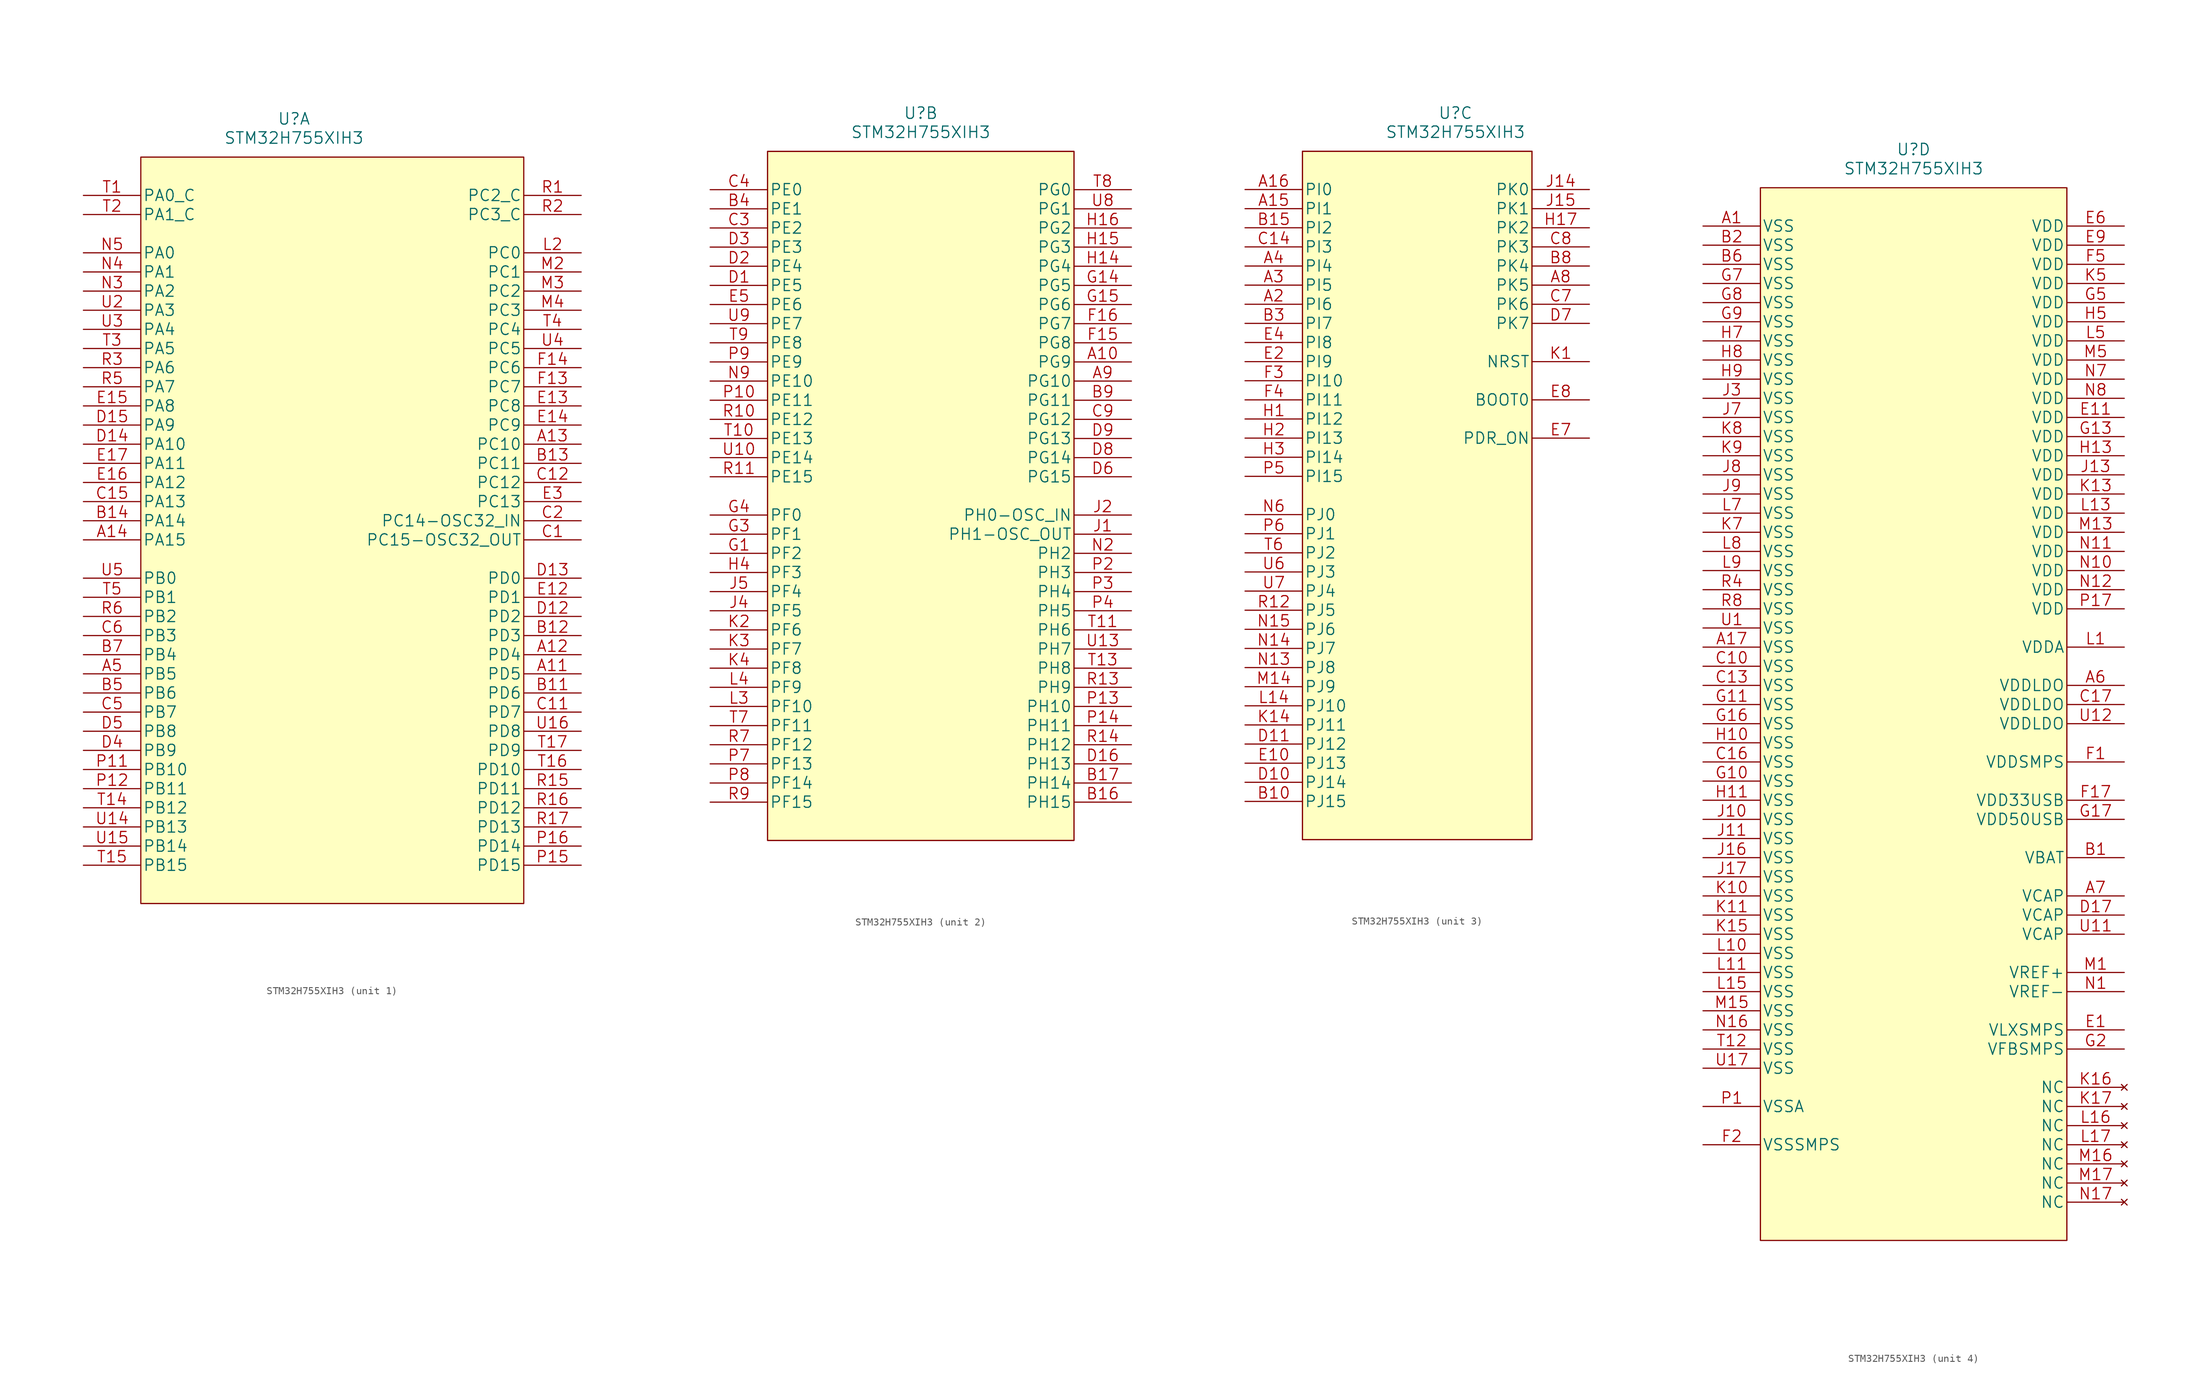
<source format=kicad_sym>
(kicad_symbol_lib
  (version 20211014)
  (generator kicad_symbol_editor)
  (symbol "STM32H755XIH3"
    (pin_names
      (offset 0.254))
    (property "Reference" "U"
      (at 27.94 10.16 0)
      (effects (font (size 1.524 1.524))))
    (property "Value" "STM32H755XIH3"
      (at 27.94 7.62 0)
      (effects (font (size 1.524 1.524))))
    (property "Datasheet" ""
      (at 0 0 0)
      (effects (font (size 1.524 1.524))))
    (symbol "STM32H755XIH3_1_1"
      (polyline (pts (xy 7.62 -93.98) (xy 58.42 -93.98)) (stroke (width 0.127) (type default) (color 0 0 0 0)) (fill (type none)))
      (polyline (pts (xy 7.62 5.08) (xy 7.62 -93.98)) (stroke (width 0.127) (type default) (color 0 0 0 0)) (fill (type none)))
      (polyline (pts (xy 58.42 -93.98) (xy 58.42 5.08)) (stroke (width 0.127) (type default) (color 0 0 0 0)) (fill (type none)))
      (polyline (pts (xy 58.42 5.08) (xy 7.62 5.08)) (stroke (width 0.127) (type default) (color 0 0 0 0)) (fill (type none)))
      (rectangle (start 7.62 5.08) (end 58.42 -93.98) (stroke (width 0.152) (type default) (color 0 0 0 0)) (fill (type background)))
      (pin bidirectional line (at 66.04 -63.5 180) (length 7.62) (name "PD5" (effects (font (size 1.499 1.499)))) (number "A11" (effects (font (size 1.499 1.499)))))
      (pin bidirectional line (at 66.04 -60.96 180) (length 7.62) (name "PD4" (effects (font (size 1.499 1.499)))) (number "A12" (effects (font (size 1.499 1.499)))))
      (pin bidirectional line (at 66.04 -33.02 180) (length 7.62) (name "PC10" (effects (font (size 1.499 1.499)))) (number "A13" (effects (font (size 1.499 1.499)))))
      (pin bidirectional line (at 0 -45.72 0) (length 7.62) (name "PA15" (effects (font (size 1.499 1.499)))) (number "A14" (effects (font (size 1.499 1.499)))))
      (pin bidirectional line (at 0 -63.5 0) (length 7.62) (name "PB5" (effects (font (size 1.499 1.499)))) (number "A5" (effects (font (size 1.499 1.499)))))
      (pin bidirectional line (at 66.04 -66.04 180) (length 7.62) (name "PD6" (effects (font (size 1.499 1.499)))) (number "B11" (effects (font (size 1.499 1.499)))))
      (pin bidirectional line (at 66.04 -58.42 180) (length 7.62) (name "PD3" (effects (font (size 1.499 1.499)))) (number "B12" (effects (font (size 1.499 1.499)))))
      (pin bidirectional line (at 66.04 -35.56 180) (length 7.62) (name "PC11" (effects (font (size 1.499 1.499)))) (number "B13" (effects (font (size 1.499 1.499)))))
      (pin bidirectional line (at 0 -43.18 0) (length 7.62) (name "PA14" (effects (font (size 1.499 1.499)))) (number "B14" (effects (font (size 1.499 1.499)))))
      (pin bidirectional line (at 0 -66.04 0) (length 7.62) (name "PB6" (effects (font (size 1.499 1.499)))) (number "B5" (effects (font (size 1.499 1.499)))))
      (pin bidirectional line (at 0 -60.96 0) (length 7.62) (name "PB4" (effects (font (size 1.499 1.499)))) (number "B7" (effects (font (size 1.499 1.499)))))
      (pin bidirectional line (at 66.04 -45.72 180) (length 7.62) (name "PC15-OSC32_OUT" (effects (font (size 1.499 1.499)))) (number "C1" (effects (font (size 1.499 1.499)))))
      (pin bidirectional line (at 66.04 -68.58 180) (length 7.62) (name "PD7" (effects (font (size 1.499 1.499)))) (number "C11" (effects (font (size 1.499 1.499)))))
      (pin bidirectional line (at 66.04 -38.1 180) (length 7.62) (name "PC12" (effects (font (size 1.499 1.499)))) (number "C12" (effects (font (size 1.499 1.499)))))
      (pin bidirectional line (at 0 -40.64 0) (length 7.62) (name "PA13" (effects (font (size 1.499 1.499)))) (number "C15" (effects (font (size 1.499 1.499)))))
      (pin bidirectional line (at 66.04 -43.18 180) (length 7.62) (name "PC14-OSC32_IN" (effects (font (size 1.499 1.499)))) (number "C2" (effects (font (size 1.499 1.499)))))
      (pin bidirectional line (at 0 -68.58 0) (length 7.62) (name "PB7" (effects (font (size 1.499 1.499)))) (number "C5" (effects (font (size 1.499 1.499)))))
      (pin bidirectional line (at 0 -58.42 0) (length 7.62) (name "PB3" (effects (font (size 1.499 1.499)))) (number "C6" (effects (font (size 1.499 1.499)))))
      (pin bidirectional line (at 66.04 -55.88 180) (length 7.62) (name "PD2" (effects (font (size 1.499 1.499)))) (number "D12" (effects (font (size 1.499 1.499)))))
      (pin bidirectional line (at 66.04 -50.8 180) (length 7.62) (name "PD0" (effects (font (size 1.499 1.499)))) (number "D13" (effects (font (size 1.499 1.499)))))
      (pin bidirectional line (at 0 -33.02 0) (length 7.62) (name "PA10" (effects (font (size 1.499 1.499)))) (number "D14" (effects (font (size 1.499 1.499)))))
      (pin bidirectional line (at 0 -30.48 0) (length 7.62) (name "PA9" (effects (font (size 1.499 1.499)))) (number "D15" (effects (font (size 1.499 1.499)))))
      (pin bidirectional line (at 0 -73.66 0) (length 7.62) (name "PB9" (effects (font (size 1.499 1.499)))) (number "D4" (effects (font (size 1.499 1.499)))))
      (pin bidirectional line (at 0 -71.12 0) (length 7.62) (name "PB8" (effects (font (size 1.499 1.499)))) (number "D5" (effects (font (size 1.499 1.499)))))
      (pin bidirectional line (at 66.04 -53.34 180) (length 7.62) (name "PD1" (effects (font (size 1.499 1.499)))) (number "E12" (effects (font (size 1.499 1.499)))))
      (pin bidirectional line (at 66.04 -27.94 180) (length 7.62) (name "PC8" (effects (font (size 1.499 1.499)))) (number "E13" (effects (font (size 1.499 1.499)))))
      (pin bidirectional line (at 66.04 -30.48 180) (length 7.62) (name "PC9" (effects (font (size 1.499 1.499)))) (number "E14" (effects (font (size 1.499 1.499)))))
      (pin bidirectional line (at 0 -27.94 0) (length 7.62) (name "PA8" (effects (font (size 1.499 1.499)))) (number "E15" (effects (font (size 1.499 1.499)))))
      (pin bidirectional line (at 0 -38.1 0) (length 7.62) (name "PA12" (effects (font (size 1.499 1.499)))) (number "E16" (effects (font (size 1.499 1.499)))))
      (pin bidirectional line (at 0 -35.56 0) (length 7.62) (name "PA11" (effects (font (size 1.499 1.499)))) (number "E17" (effects (font (size 1.499 1.499)))))
      (pin bidirectional line (at 66.04 -40.64 180) (length 7.62) (name "PC13" (effects (font (size 1.499 1.499)))) (number "E3" (effects (font (size 1.499 1.499)))))
      (pin bidirectional line (at 66.04 -25.4 180) (length 7.62) (name "PC7" (effects (font (size 1.499 1.499)))) (number "F13" (effects (font (size 1.499 1.499)))))
      (pin bidirectional line (at 66.04 -22.86 180) (length 7.62) (name "PC6" (effects (font (size 1.499 1.499)))) (number "F14" (effects (font (size 1.499 1.499)))))
      (pin bidirectional line (at 66.04 -7.62 180) (length 7.62) (name "PC0" (effects (font (size 1.499 1.499)))) (number "L2" (effects (font (size 1.499 1.499)))))
      (pin bidirectional line (at 66.04 -10.16 180) (length 7.62) (name "PC1" (effects (font (size 1.499 1.499)))) (number "M2" (effects (font (size 1.499 1.499)))))
      (pin bidirectional line (at 66.04 -12.7 180) (length 7.62) (name "PC2" (effects (font (size 1.499 1.499)))) (number "M3" (effects (font (size 1.499 1.499)))))
      (pin bidirectional line (at 66.04 -15.24 180) (length 7.62) (name "PC3" (effects (font (size 1.499 1.499)))) (number "M4" (effects (font (size 1.499 1.499)))))
      (pin bidirectional line (at 0 -12.7 0) (length 7.62) (name "PA2" (effects (font (size 1.499 1.499)))) (number "N3" (effects (font (size 1.499 1.499)))))
      (pin bidirectional line (at 0 -10.16 0) (length 7.62) (name "PA1" (effects (font (size 1.499 1.499)))) (number "N4" (effects (font (size 1.499 1.499)))))
      (pin bidirectional line (at 0 -7.62 0) (length 7.62) (name "PA0" (effects (font (size 1.499 1.499)))) (number "N5" (effects (font (size 1.499 1.499)))))
      (pin bidirectional line (at 0 -76.2 0) (length 7.62) (name "PB10" (effects (font (size 1.499 1.499)))) (number "P11" (effects (font (size 1.499 1.499)))))
      (pin bidirectional line (at 0 -78.74 0) (length 7.62) (name "PB11" (effects (font (size 1.499 1.499)))) (number "P12" (effects (font (size 1.499 1.499)))))
      (pin bidirectional line (at 66.04 -88.9 180) (length 7.62) (name "PD15" (effects (font (size 1.499 1.499)))) (number "P15" (effects (font (size 1.499 1.499)))))
      (pin bidirectional line (at 66.04 -86.36 180) (length 7.62) (name "PD14" (effects (font (size 1.499 1.499)))) (number "P16" (effects (font (size 1.499 1.499)))))
      (pin bidirectional line (at 66.04 0 180) (length 7.62) (name "PC2_C" (effects (font (size 1.499 1.499)))) (number "R1" (effects (font (size 1.499 1.499)))))
      (pin bidirectional line (at 66.04 -78.74 180) (length 7.62) (name "PD11" (effects (font (size 1.499 1.499)))) (number "R15" (effects (font (size 1.499 1.499)))))
      (pin bidirectional line (at 66.04 -81.28 180) (length 7.62) (name "PD12" (effects (font (size 1.499 1.499)))) (number "R16" (effects (font (size 1.499 1.499)))))
      (pin bidirectional line (at 66.04 -83.82 180) (length 7.62) (name "PD13" (effects (font (size 1.499 1.499)))) (number "R17" (effects (font (size 1.499 1.499)))))
      (pin bidirectional line (at 66.04 -2.54 180) (length 7.62) (name "PC3_C" (effects (font (size 1.499 1.499)))) (number "R2" (effects (font (size 1.499 1.499)))))
      (pin bidirectional line (at 0 -22.86 0) (length 7.62) (name "PA6" (effects (font (size 1.499 1.499)))) (number "R3" (effects (font (size 1.499 1.499)))))
      (pin bidirectional line (at 0 -25.4 0) (length 7.62) (name "PA7" (effects (font (size 1.499 1.499)))) (number "R5" (effects (font (size 1.499 1.499)))))
      (pin bidirectional line (at 0 -55.88 0) (length 7.62) (name "PB2" (effects (font (size 1.499 1.499)))) (number "R6" (effects (font (size 1.499 1.499)))))
      (pin bidirectional line (at 0 0 0) (length 7.62) (name "PA0_C" (effects (font (size 1.499 1.499)))) (number "T1" (effects (font (size 1.499 1.499)))))
      (pin bidirectional line (at 0 -81.28 0) (length 7.62) (name "PB12" (effects (font (size 1.499 1.499)))) (number "T14" (effects (font (size 1.499 1.499)))))
      (pin bidirectional line (at 0 -88.9 0) (length 7.62) (name "PB15" (effects (font (size 1.499 1.499)))) (number "T15" (effects (font (size 1.499 1.499)))))
      (pin bidirectional line (at 66.04 -76.2 180) (length 7.62) (name "PD10" (effects (font (size 1.499 1.499)))) (number "T16" (effects (font (size 1.499 1.499)))))
      (pin bidirectional line (at 66.04 -73.66 180) (length 7.62) (name "PD9" (effects (font (size 1.499 1.499)))) (number "T17" (effects (font (size 1.499 1.499)))))
      (pin bidirectional line (at 0 -2.54 0) (length 7.62) (name "PA1_C" (effects (font (size 1.499 1.499)))) (number "T2" (effects (font (size 1.499 1.499)))))
      (pin bidirectional line (at 0 -20.32 0) (length 7.62) (name "PA5" (effects (font (size 1.499 1.499)))) (number "T3" (effects (font (size 1.499 1.499)))))
      (pin bidirectional line (at 66.04 -17.78 180) (length 7.62) (name "PC4" (effects (font (size 1.499 1.499)))) (number "T4" (effects (font (size 1.499 1.499)))))
      (pin bidirectional line (at 0 -53.34 0) (length 7.62) (name "PB1" (effects (font (size 1.499 1.499)))) (number "T5" (effects (font (size 1.499 1.499)))))
      (pin bidirectional line (at 0 -83.82 0) (length 7.62) (name "PB13" (effects (font (size 1.499 1.499)))) (number "U14" (effects (font (size 1.499 1.499)))))
      (pin bidirectional line (at 0 -86.36 0) (length 7.62) (name "PB14" (effects (font (size 1.499 1.499)))) (number "U15" (effects (font (size 1.499 1.499)))))
      (pin bidirectional line (at 66.04 -71.12 180) (length 7.62) (name "PD8" (effects (font (size 1.499 1.499)))) (number "U16" (effects (font (size 1.499 1.499)))))
      (pin bidirectional line (at 0 -15.24 0) (length 7.62) (name "PA3" (effects (font (size 1.499 1.499)))) (number "U2" (effects (font (size 1.499 1.499)))))
      (pin bidirectional line (at 0 -17.78 0) (length 7.62) (name "PA4" (effects (font (size 1.499 1.499)))) (number "U3" (effects (font (size 1.499 1.499)))))
      (pin bidirectional line (at 66.04 -20.32 180) (length 7.62) (name "PC5" (effects (font (size 1.499 1.499)))) (number "U4" (effects (font (size 1.499 1.499)))))
      (pin bidirectional line (at 0 -50.8 0) (length 7.62) (name "PB0" (effects (font (size 1.499 1.499)))) (number "U5" (effects (font (size 1.499 1.499))))))
    (symbol "STM32H755XIH3_2_1"
      (polyline (pts (xy 7.62 -86.36) (xy 48.26 -86.36)) (stroke (width 0.127) (type default) (color 0 0 0 0)) (fill (type none)))
      (polyline (pts (xy 7.62 5.08) (xy 7.62 -86.36)) (stroke (width 0.127) (type default) (color 0 0 0 0)) (fill (type none)))
      (polyline (pts (xy 48.26 -86.36) (xy 48.26 5.08)) (stroke (width 0.127) (type default) (color 0 0 0 0)) (fill (type none)))
      (polyline (pts (xy 48.26 5.08) (xy 7.62 5.08)) (stroke (width 0.127) (type default) (color 0 0 0 0)) (fill (type none)))
      (rectangle (start 7.62 5.08) (end 48.26 -86.36) (stroke (width 0.152) (type default) (color 0 0 0 0)) (fill (type background)))
      (pin bidirectional line (at 55.88 -22.86 180) (length 7.62) (name "PG9" (effects (font (size 1.499 1.499)))) (number "A10" (effects (font (size 1.499 1.499)))))
      (pin bidirectional line (at 55.88 -25.4 180) (length 7.62) (name "PG10" (effects (font (size 1.499 1.499)))) (number "A9" (effects (font (size 1.499 1.499)))))
      (pin bidirectional line (at 55.88 -81.28 180) (length 7.62) (name "PH15" (effects (font (size 1.499 1.499)))) (number "B16" (effects (font (size 1.499 1.499)))))
      (pin bidirectional line (at 55.88 -78.74 180) (length 7.62) (name "PH14" (effects (font (size 1.499 1.499)))) (number "B17" (effects (font (size 1.499 1.499)))))
      (pin bidirectional line (at 0 -2.54 0) (length 7.62) (name "PE1" (effects (font (size 1.499 1.499)))) (number "B4" (effects (font (size 1.499 1.499)))))
      (pin bidirectional line (at 55.88 -27.94 180) (length 7.62) (name "PG11" (effects (font (size 1.499 1.499)))) (number "B9" (effects (font (size 1.499 1.499)))))
      (pin bidirectional line (at 0 -5.08 0) (length 7.62) (name "PE2" (effects (font (size 1.499 1.499)))) (number "C3" (effects (font (size 1.499 1.499)))))
      (pin bidirectional line (at 0 0 0) (length 7.62) (name "PE0" (effects (font (size 1.499 1.499)))) (number "C4" (effects (font (size 1.499 1.499)))))
      (pin bidirectional line (at 55.88 -30.48 180) (length 7.62) (name "PG12" (effects (font (size 1.499 1.499)))) (number "C9" (effects (font (size 1.499 1.499)))))
      (pin bidirectional line (at 0 -12.7 0) (length 7.62) (name "PE5" (effects (font (size 1.499 1.499)))) (number "D1" (effects (font (size 1.499 1.499)))))
      (pin bidirectional line (at 55.88 -76.2 180) (length 7.62) (name "PH13" (effects (font (size 1.499 1.499)))) (number "D16" (effects (font (size 1.499 1.499)))))
      (pin bidirectional line (at 0 -10.16 0) (length 7.62) (name "PE4" (effects (font (size 1.499 1.499)))) (number "D2" (effects (font (size 1.499 1.499)))))
      (pin bidirectional line (at 0 -7.62 0) (length 7.62) (name "PE3" (effects (font (size 1.499 1.499)))) (number "D3" (effects (font (size 1.499 1.499)))))
      (pin bidirectional line (at 55.88 -38.1 180) (length 7.62) (name "PG15" (effects (font (size 1.499 1.499)))) (number "D6" (effects (font (size 1.499 1.499)))))
      (pin bidirectional line (at 55.88 -35.56 180) (length 7.62) (name "PG14" (effects (font (size 1.499 1.499)))) (number "D8" (effects (font (size 1.499 1.499)))))
      (pin bidirectional line (at 55.88 -33.02 180) (length 7.62) (name "PG13" (effects (font (size 1.499 1.499)))) (number "D9" (effects (font (size 1.499 1.499)))))
      (pin bidirectional line (at 0 -15.24 0) (length 7.62) (name "PE6" (effects (font (size 1.499 1.499)))) (number "E5" (effects (font (size 1.499 1.499)))))
      (pin bidirectional line (at 55.88 -20.32 180) (length 7.62) (name "PG8" (effects (font (size 1.499 1.499)))) (number "F15" (effects (font (size 1.499 1.499)))))
      (pin bidirectional line (at 55.88 -17.78 180) (length 7.62) (name "PG7" (effects (font (size 1.499 1.499)))) (number "F16" (effects (font (size 1.499 1.499)))))
      (pin bidirectional line (at 0 -48.26 0) (length 7.62) (name "PF2" (effects (font (size 1.499 1.499)))) (number "G1" (effects (font (size 1.499 1.499)))))
      (pin bidirectional line (at 55.88 -12.7 180) (length 7.62) (name "PG5" (effects (font (size 1.499 1.499)))) (number "G14" (effects (font (size 1.499 1.499)))))
      (pin bidirectional line (at 55.88 -15.24 180) (length 7.62) (name "PG6" (effects (font (size 1.499 1.499)))) (number "G15" (effects (font (size 1.499 1.499)))))
      (pin bidirectional line (at 0 -45.72 0) (length 7.62) (name "PF1" (effects (font (size 1.499 1.499)))) (number "G3" (effects (font (size 1.499 1.499)))))
      (pin bidirectional line (at 0 -43.18 0) (length 7.62) (name "PF0" (effects (font (size 1.499 1.499)))) (number "G4" (effects (font (size 1.499 1.499)))))
      (pin bidirectional line (at 55.88 -10.16 180) (length 7.62) (name "PG4" (effects (font (size 1.499 1.499)))) (number "H14" (effects (font (size 1.499 1.499)))))
      (pin bidirectional line (at 55.88 -7.62 180) (length 7.62) (name "PG3" (effects (font (size 1.499 1.499)))) (number "H15" (effects (font (size 1.499 1.499)))))
      (pin bidirectional line (at 55.88 -5.08 180) (length 7.62) (name "PG2" (effects (font (size 1.499 1.499)))) (number "H16" (effects (font (size 1.499 1.499)))))
      (pin bidirectional line (at 0 -50.8 0) (length 7.62) (name "PF3" (effects (font (size 1.499 1.499)))) (number "H4" (effects (font (size 1.499 1.499)))))
      (pin bidirectional line (at 55.88 -45.72 180) (length 7.62) (name "PH1-OSC_OUT" (effects (font (size 1.499 1.499)))) (number "J1" (effects (font (size 1.499 1.499)))))
      (pin bidirectional line (at 55.88 -43.18 180) (length 7.62) (name "PH0-OSC_IN" (effects (font (size 1.499 1.499)))) (number "J2" (effects (font (size 1.499 1.499)))))
      (pin bidirectional line (at 0 -55.88 0) (length 7.62) (name "PF5" (effects (font (size 1.499 1.499)))) (number "J4" (effects (font (size 1.499 1.499)))))
      (pin bidirectional line (at 0 -53.34 0) (length 7.62) (name "PF4" (effects (font (size 1.499 1.499)))) (number "J5" (effects (font (size 1.499 1.499)))))
      (pin bidirectional line (at 0 -58.42 0) (length 7.62) (name "PF6" (effects (font (size 1.499 1.499)))) (number "K2" (effects (font (size 1.499 1.499)))))
      (pin bidirectional line (at 0 -60.96 0) (length 7.62) (name "PF7" (effects (font (size 1.499 1.499)))) (number "K3" (effects (font (size 1.499 1.499)))))
      (pin bidirectional line (at 0 -63.5 0) (length 7.62) (name "PF8" (effects (font (size 1.499 1.499)))) (number "K4" (effects (font (size 1.499 1.499)))))
      (pin bidirectional line (at 0 -68.58 0) (length 7.62) (name "PF10" (effects (font (size 1.499 1.499)))) (number "L3" (effects (font (size 1.499 1.499)))))
      (pin bidirectional line (at 0 -66.04 0) (length 7.62) (name "PF9" (effects (font (size 1.499 1.499)))) (number "L4" (effects (font (size 1.499 1.499)))))
      (pin bidirectional line (at 55.88 -48.26 180) (length 7.62) (name "PH2" (effects (font (size 1.499 1.499)))) (number "N2" (effects (font (size 1.499 1.499)))))
      (pin bidirectional line (at 0 -25.4 0) (length 7.62) (name "PE10" (effects (font (size 1.499 1.499)))) (number "N9" (effects (font (size 1.499 1.499)))))
      (pin bidirectional line (at 0 -27.94 0) (length 7.62) (name "PE11" (effects (font (size 1.499 1.499)))) (number "P10" (effects (font (size 1.499 1.499)))))
      (pin bidirectional line (at 55.88 -68.58 180) (length 7.62) (name "PH10" (effects (font (size 1.499 1.499)))) (number "P13" (effects (font (size 1.499 1.499)))))
      (pin bidirectional line (at 55.88 -71.12 180) (length 7.62) (name "PH11" (effects (font (size 1.499 1.499)))) (number "P14" (effects (font (size 1.499 1.499)))))
      (pin bidirectional line (at 55.88 -50.8 180) (length 7.62) (name "PH3" (effects (font (size 1.499 1.499)))) (number "P2" (effects (font (size 1.499 1.499)))))
      (pin bidirectional line (at 55.88 -53.34 180) (length 7.62) (name "PH4" (effects (font (size 1.499 1.499)))) (number "P3" (effects (font (size 1.499 1.499)))))
      (pin bidirectional line (at 55.88 -55.88 180) (length 7.62) (name "PH5" (effects (font (size 1.499 1.499)))) (number "P4" (effects (font (size 1.499 1.499)))))
      (pin bidirectional line (at 0 -76.2 0) (length 7.62) (name "PF13" (effects (font (size 1.499 1.499)))) (number "P7" (effects (font (size 1.499 1.499)))))
      (pin bidirectional line (at 0 -78.74 0) (length 7.62) (name "PF14" (effects (font (size 1.499 1.499)))) (number "P8" (effects (font (size 1.499 1.499)))))
      (pin bidirectional line (at 0 -22.86 0) (length 7.62) (name "PE9" (effects (font (size 1.499 1.499)))) (number "P9" (effects (font (size 1.499 1.499)))))
      (pin bidirectional line (at 0 -30.48 0) (length 7.62) (name "PE12" (effects (font (size 1.499 1.499)))) (number "R10" (effects (font (size 1.499 1.499)))))
      (pin bidirectional line (at 0 -38.1 0) (length 7.62) (name "PE15" (effects (font (size 1.499 1.499)))) (number "R11" (effects (font (size 1.499 1.499)))))
      (pin bidirectional line (at 55.88 -66.04 180) (length 7.62) (name "PH9" (effects (font (size 1.499 1.499)))) (number "R13" (effects (font (size 1.499 1.499)))))
      (pin bidirectional line (at 55.88 -73.66 180) (length 7.62) (name "PH12" (effects (font (size 1.499 1.499)))) (number "R14" (effects (font (size 1.499 1.499)))))
      (pin bidirectional line (at 0 -73.66 0) (length 7.62) (name "PF12" (effects (font (size 1.499 1.499)))) (number "R7" (effects (font (size 1.499 1.499)))))
      (pin bidirectional line (at 0 -81.28 0) (length 7.62) (name "PF15" (effects (font (size 1.499 1.499)))) (number "R9" (effects (font (size 1.499 1.499)))))
      (pin bidirectional line (at 0 -33.02 0) (length 7.62) (name "PE13" (effects (font (size 1.499 1.499)))) (number "T10" (effects (font (size 1.499 1.499)))))
      (pin bidirectional line (at 55.88 -58.42 180) (length 7.62) (name "PH6" (effects (font (size 1.499 1.499)))) (number "T11" (effects (font (size 1.499 1.499)))))
      (pin bidirectional line (at 55.88 -63.5 180) (length 7.62) (name "PH8" (effects (font (size 1.499 1.499)))) (number "T13" (effects (font (size 1.499 1.499)))))
      (pin bidirectional line (at 0 -71.12 0) (length 7.62) (name "PF11" (effects (font (size 1.499 1.499)))) (number "T7" (effects (font (size 1.499 1.499)))))
      (pin bidirectional line (at 55.88 0 180) (length 7.62) (name "PG0" (effects (font (size 1.499 1.499)))) (number "T8" (effects (font (size 1.499 1.499)))))
      (pin bidirectional line (at 0 -20.32 0) (length 7.62) (name "PE8" (effects (font (size 1.499 1.499)))) (number "T9" (effects (font (size 1.499 1.499)))))
      (pin bidirectional line (at 0 -35.56 0) (length 7.62) (name "PE14" (effects (font (size 1.499 1.499)))) (number "U10" (effects (font (size 1.499 1.499)))))
      (pin bidirectional line (at 55.88 -60.96 180) (length 7.62) (name "PH7" (effects (font (size 1.499 1.499)))) (number "U13" (effects (font (size 1.499 1.499)))))
      (pin bidirectional line (at 55.88 -2.54 180) (length 7.62) (name "PG1" (effects (font (size 1.499 1.499)))) (number "U8" (effects (font (size 1.499 1.499)))))
      (pin bidirectional line (at 0 -17.78 0) (length 7.62) (name "PE7" (effects (font (size 1.499 1.499)))) (number "U9" (effects (font (size 1.499 1.499))))))
    (symbol "STM32H755XIH3_3_1"
      (polyline (pts (xy 7.62 -86.36) (xy 38.1 -86.36)) (stroke (width 0.127) (type default) (color 0 0 0 0)) (fill (type none)))
      (polyline (pts (xy 7.62 5.08) (xy 7.62 -86.36)) (stroke (width 0.127) (type default) (color 0 0 0 0)) (fill (type none)))
      (polyline (pts (xy 38.1 -86.36) (xy 38.1 5.08)) (stroke (width 0.127) (type default) (color 0 0 0 0)) (fill (type none)))
      (polyline (pts (xy 38.1 5.08) (xy 7.62 5.08)) (stroke (width 0.127) (type default) (color 0 0 0 0)) (fill (type none)))
      (rectangle (start 7.62 5.08) (end 38.1 -86.36) (stroke (width 0.152) (type default) (color 0 0 0 0)) (fill (type background)))
      (pin bidirectional line (at 0 -2.54 0) (length 7.62) (name "PI1" (effects (font (size 1.499 1.499)))) (number "A15" (effects (font (size 1.499 1.499)))))
      (pin bidirectional line (at 0 0 0) (length 7.62) (name "PI0" (effects (font (size 1.499 1.499)))) (number "A16" (effects (font (size 1.499 1.499)))))
      (pin bidirectional line (at 0 -15.24 0) (length 7.62) (name "PI6" (effects (font (size 1.499 1.499)))) (number "A2" (effects (font (size 1.499 1.499)))))
      (pin bidirectional line (at 0 -12.7 0) (length 7.62) (name "PI5" (effects (font (size 1.499 1.499)))) (number "A3" (effects (font (size 1.499 1.499)))))
      (pin bidirectional line (at 0 -10.16 0) (length 7.62) (name "PI4" (effects (font (size 1.499 1.499)))) (number "A4" (effects (font (size 1.499 1.499)))))
      (pin bidirectional line (at 45.72 -12.7 180) (length 7.62) (name "PK5" (effects (font (size 1.499 1.499)))) (number "A8" (effects (font (size 1.499 1.499)))))
      (pin bidirectional line (at 0 -81.28 0) (length 7.62) (name "PJ15" (effects (font (size 1.499 1.499)))) (number "B10" (effects (font (size 1.499 1.499)))))
      (pin bidirectional line (at 0 -5.08 0) (length 7.62) (name "PI2" (effects (font (size 1.499 1.499)))) (number "B15" (effects (font (size 1.499 1.499)))))
      (pin bidirectional line (at 0 -17.78 0) (length 7.62) (name "PI7" (effects (font (size 1.499 1.499)))) (number "B3" (effects (font (size 1.499 1.499)))))
      (pin bidirectional line (at 45.72 -10.16 180) (length 7.62) (name "PK4" (effects (font (size 1.499 1.499)))) (number "B8" (effects (font (size 1.499 1.499)))))
      (pin bidirectional line (at 0 -7.62 0) (length 7.62) (name "PI3" (effects (font (size 1.499 1.499)))) (number "C14" (effects (font (size 1.499 1.499)))))
      (pin bidirectional line (at 45.72 -15.24 180) (length 7.62) (name "PK6" (effects (font (size 1.499 1.499)))) (number "C7" (effects (font (size 1.499 1.499)))))
      (pin bidirectional line (at 45.72 -7.62 180) (length 7.62) (name "PK3" (effects (font (size 1.499 1.499)))) (number "C8" (effects (font (size 1.499 1.499)))))
      (pin bidirectional line (at 0 -78.74 0) (length 7.62) (name "PJ14" (effects (font (size 1.499 1.499)))) (number "D10" (effects (font (size 1.499 1.499)))))
      (pin bidirectional line (at 0 -73.66 0) (length 7.62) (name "PJ12" (effects (font (size 1.499 1.499)))) (number "D11" (effects (font (size 1.499 1.499)))))
      (pin bidirectional line (at 45.72 -17.78 180) (length 7.62) (name "PK7" (effects (font (size 1.499 1.499)))) (number "D7" (effects (font (size 1.499 1.499)))))
      (pin bidirectional line (at 0 -76.2 0) (length 7.62) (name "PJ13" (effects (font (size 1.499 1.499)))) (number "E10" (effects (font (size 1.499 1.499)))))
      (pin bidirectional line (at 0 -22.86 0) (length 7.62) (name "PI9" (effects (font (size 1.499 1.499)))) (number "E2" (effects (font (size 1.499 1.499)))))
      (pin bidirectional line (at 0 -20.32 0) (length 7.62) (name "PI8" (effects (font (size 1.499 1.499)))) (number "E4" (effects (font (size 1.499 1.499)))))
      (pin bidirectional line (at 45.72 -33.02 180) (length 7.62) (name "PDR_ON" (effects (font (size 1.499 1.499)))) (number "E7" (effects (font (size 1.499 1.499)))))
      (pin input line (at 45.72 -27.94 180) (length 7.62) (name "BOOT0" (effects (font (size 1.499 1.499)))) (number "E8" (effects (font (size 1.499 1.499)))))
      (pin bidirectional line (at 0 -25.4 0) (length 7.62) (name "PI10" (effects (font (size 1.499 1.499)))) (number "F3" (effects (font (size 1.499 1.499)))))
      (pin bidirectional line (at 0 -27.94 0) (length 7.62) (name "PI11" (effects (font (size 1.499 1.499)))) (number "F4" (effects (font (size 1.499 1.499)))))
      (pin bidirectional line (at 0 -30.48 0) (length 7.62) (name "PI12" (effects (font (size 1.499 1.499)))) (number "H1" (effects (font (size 1.499 1.499)))))
      (pin bidirectional line (at 45.72 -5.08 180) (length 7.62) (name "PK2" (effects (font (size 1.499 1.499)))) (number "H17" (effects (font (size 1.499 1.499)))))
      (pin bidirectional line (at 0 -33.02 0) (length 7.62) (name "PI13" (effects (font (size 1.499 1.499)))) (number "H2" (effects (font (size 1.499 1.499)))))
      (pin bidirectional line (at 0 -35.56 0) (length 7.62) (name "PI14" (effects (font (size 1.499 1.499)))) (number "H3" (effects (font (size 1.499 1.499)))))
      (pin bidirectional line (at 45.72 0 180) (length 7.62) (name "PK0" (effects (font (size 1.499 1.499)))) (number "J14" (effects (font (size 1.499 1.499)))))
      (pin bidirectional line (at 45.72 -2.54 180) (length 7.62) (name "PK1" (effects (font (size 1.499 1.499)))) (number "J15" (effects (font (size 1.499 1.499)))))
      (pin bidirectional line (at 45.72 -22.86 180) (length 7.62) (name "NRST" (effects (font (size 1.499 1.499)))) (number "K1" (effects (font (size 1.499 1.499)))))
      (pin bidirectional line (at 0 -71.12 0) (length 7.62) (name "PJ11" (effects (font (size 1.499 1.499)))) (number "K14" (effects (font (size 1.499 1.499)))))
      (pin bidirectional line (at 0 -68.58 0) (length 7.62) (name "PJ10" (effects (font (size 1.499 1.499)))) (number "L14" (effects (font (size 1.499 1.499)))))
      (pin bidirectional line (at 0 -66.04 0) (length 7.62) (name "PJ9" (effects (font (size 1.499 1.499)))) (number "M14" (effects (font (size 1.499 1.499)))))
      (pin bidirectional line (at 0 -63.5 0) (length 7.62) (name "PJ8" (effects (font (size 1.499 1.499)))) (number "N13" (effects (font (size 1.499 1.499)))))
      (pin bidirectional line (at 0 -60.96 0) (length 7.62) (name "PJ7" (effects (font (size 1.499 1.499)))) (number "N14" (effects (font (size 1.499 1.499)))))
      (pin bidirectional line (at 0 -58.42 0) (length 7.62) (name "PJ6" (effects (font (size 1.499 1.499)))) (number "N15" (effects (font (size 1.499 1.499)))))
      (pin bidirectional line (at 0 -43.18 0) (length 7.62) (name "PJ0" (effects (font (size 1.499 1.499)))) (number "N6" (effects (font (size 1.499 1.499)))))
      (pin bidirectional line (at 0 -38.1 0) (length 7.62) (name "PI15" (effects (font (size 1.499 1.499)))) (number "P5" (effects (font (size 1.499 1.499)))))
      (pin bidirectional line (at 0 -45.72 0) (length 7.62) (name "PJ1" (effects (font (size 1.499 1.499)))) (number "P6" (effects (font (size 1.499 1.499)))))
      (pin bidirectional line (at 0 -55.88 0) (length 7.62) (name "PJ5" (effects (font (size 1.499 1.499)))) (number "R12" (effects (font (size 1.499 1.499)))))
      (pin bidirectional line (at 0 -48.26 0) (length 7.62) (name "PJ2" (effects (font (size 1.499 1.499)))) (number "T6" (effects (font (size 1.499 1.499)))))
      (pin bidirectional line (at 0 -50.8 0) (length 7.62) (name "PJ3" (effects (font (size 1.499 1.499)))) (number "U6" (effects (font (size 1.499 1.499)))))
      (pin bidirectional line (at 0 -53.34 0) (length 7.62) (name "PJ4" (effects (font (size 1.499 1.499)))) (number "U7" (effects (font (size 1.499 1.499))))))
    (symbol "STM32H755XIH3_4_1"
      (polyline (pts (xy 7.62 -134.62) (xy 48.26 -134.62)) (stroke (width 0.127) (type default) (color 0 0 0 0)) (fill (type none)))
      (polyline (pts (xy 7.62 5.08) (xy 7.62 -134.62)) (stroke (width 0.127) (type default) (color 0 0 0 0)) (fill (type none)))
      (polyline (pts (xy 48.26 -134.62) (xy 48.26 5.08)) (stroke (width 0.127) (type default) (color 0 0 0 0)) (fill (type none)))
      (polyline (pts (xy 48.26 5.08) (xy 7.62 5.08)) (stroke (width 0.127) (type default) (color 0 0 0 0)) (fill (type none)))
      (rectangle (start 48.26 -134.62) (end 7.62 5.08) (stroke (width 0.152) (type default) (color 0 0 0 0)) (fill (type background)))
      (pin power_in line (at 0 0 0) (length 7.62) (name "VSS" (effects (font (size 1.499 1.499)))) (number "A1" (effects (font (size 1.499 1.499)))))
      (pin power_in line (at 0 -55.88 0) (length 7.62) (name "VSS" (effects (font (size 1.499 1.499)))) (number "A17" (effects (font (size 1.499 1.499)))))
      (pin power_in line (at 55.88 -60.96 180) (length 7.62) (name "VDDLDO" (effects (font (size 1.499 1.499)))) (number "A6" (effects (font (size 1.499 1.499)))))
      (pin power_in line (at 55.88 -88.9 180) (length 7.62) (name "VCAP" (effects (font (size 1.499 1.499)))) (number "A7" (effects (font (size 1.499 1.499)))))
      (pin power_in line (at 55.88 -83.82 180) (length 7.62) (name "VBAT" (effects (font (size 1.499 1.499)))) (number "B1" (effects (font (size 1.499 1.499)))))
      (pin power_in line (at 0 -2.54 0) (length 7.62) (name "VSS" (effects (font (size 1.499 1.499)))) (number "B2" (effects (font (size 1.499 1.499)))))
      (pin power_in line (at 0 -5.08 0) (length 7.62) (name "VSS" (effects (font (size 1.499 1.499)))) (number "B6" (effects (font (size 1.499 1.499)))))
      (pin power_in line (at 0 -58.42 0) (length 7.62) (name "VSS" (effects (font (size 1.499 1.499)))) (number "C10" (effects (font (size 1.499 1.499)))))
      (pin power_in line (at 0 -60.96 0) (length 7.62) (name "VSS" (effects (font (size 1.499 1.499)))) (number "C13" (effects (font (size 1.499 1.499)))))
      (pin power_in line (at 0 -71.12 0) (length 7.62) (name "VSS" (effects (font (size 1.499 1.499)))) (number "C16" (effects (font (size 1.499 1.499)))))
      (pin power_in line (at 55.88 -63.5 180) (length 7.62) (name "VDDLDO" (effects (font (size 1.499 1.499)))) (number "C17" (effects (font (size 1.499 1.499)))))
      (pin power_in line (at 55.88 -91.44 180) (length 7.62) (name "VCAP" (effects (font (size 1.499 1.499)))) (number "D17" (effects (font (size 1.499 1.499)))))
      (pin power_in line (at 55.88 -106.68 180) (length 7.62) (name "VLXSMPS" (effects (font (size 1.499 1.499)))) (number "E1" (effects (font (size 1.499 1.499)))))
      (pin power_in line (at 55.88 -25.4 180) (length 7.62) (name "VDD" (effects (font (size 1.499 1.499)))) (number "E11" (effects (font (size 1.499 1.499)))))
      (pin power_in line (at 55.88 0 180) (length 7.62) (name "VDD" (effects (font (size 1.499 1.499)))) (number "E6" (effects (font (size 1.499 1.499)))))
      (pin power_in line (at 55.88 -2.54 180) (length 7.62) (name "VDD" (effects (font (size 1.499 1.499)))) (number "E9" (effects (font (size 1.499 1.499)))))
      (pin power_in line (at 55.88 -71.12 180) (length 7.62) (name "VDDSMPS" (effects (font (size 1.499 1.499)))) (number "F1" (effects (font (size 1.499 1.499)))))
      (pin power_in line (at 55.88 -76.2 180) (length 7.62) (name "VDD33USB" (effects (font (size 1.499 1.499)))) (number "F17" (effects (font (size 1.499 1.499)))))
      (pin power_in line (at 0 -121.92 0) (length 7.62) (name "VSSSMPS" (effects (font (size 1.499 1.499)))) (number "F2" (effects (font (size 1.499 1.499)))))
      (pin power_in line (at 55.88 -5.08 180) (length 7.62) (name "VDD" (effects (font (size 1.499 1.499)))) (number "F5" (effects (font (size 1.499 1.499)))))
      (pin power_in line (at 0 -73.66 0) (length 7.62) (name "VSS" (effects (font (size 1.499 1.499)))) (number "G10" (effects (font (size 1.499 1.499)))))
      (pin power_in line (at 0 -63.5 0) (length 7.62) (name "VSS" (effects (font (size 1.499 1.499)))) (number "G11" (effects (font (size 1.499 1.499)))))
      (pin power_in line (at 55.88 -27.94 180) (length 7.62) (name "VDD" (effects (font (size 1.499 1.499)))) (number "G13" (effects (font (size 1.499 1.499)))))
      (pin power_in line (at 0 -66.04 0) (length 7.62) (name "VSS" (effects (font (size 1.499 1.499)))) (number "G16" (effects (font (size 1.499 1.499)))))
      (pin power_in line (at 55.88 -78.74 180) (length 7.62) (name "VDD50USB" (effects (font (size 1.499 1.499)))) (number "G17" (effects (font (size 1.499 1.499)))))
      (pin power_in line (at 55.88 -109.22 180) (length 7.62) (name "VFBSMPS" (effects (font (size 1.499 1.499)))) (number "G2" (effects (font (size 1.499 1.499)))))
      (pin power_in line (at 55.88 -10.16 180) (length 7.62) (name "VDD" (effects (font (size 1.499 1.499)))) (number "G5" (effects (font (size 1.499 1.499)))))
      (pin power_in line (at 0 -7.62 0) (length 7.62) (name "VSS" (effects (font (size 1.499 1.499)))) (number "G7" (effects (font (size 1.499 1.499)))))
      (pin power_in line (at 0 -10.16 0) (length 7.62) (name "VSS" (effects (font (size 1.499 1.499)))) (number "G8" (effects (font (size 1.499 1.499)))))
      (pin power_in line (at 0 -12.7 0) (length 7.62) (name "VSS" (effects (font (size 1.499 1.499)))) (number "G9" (effects (font (size 1.499 1.499)))))
      (pin power_in line (at 0 -68.58 0) (length 7.62) (name "VSS" (effects (font (size 1.499 1.499)))) (number "H10" (effects (font (size 1.499 1.499)))))
      (pin power_in line (at 0 -76.2 0) (length 7.62) (name "VSS" (effects (font (size 1.499 1.499)))) (number "H11" (effects (font (size 1.499 1.499)))))
      (pin power_in line (at 55.88 -30.48 180) (length 7.62) (name "VDD" (effects (font (size 1.499 1.499)))) (number "H13" (effects (font (size 1.499 1.499)))))
      (pin power_in line (at 55.88 -12.7 180) (length 7.62) (name "VDD" (effects (font (size 1.499 1.499)))) (number "H5" (effects (font (size 1.499 1.499)))))
      (pin power_in line (at 0 -15.24 0) (length 7.62) (name "VSS" (effects (font (size 1.499 1.499)))) (number "H7" (effects (font (size 1.499 1.499)))))
      (pin power_in line (at 0 -17.78 0) (length 7.62) (name "VSS" (effects (font (size 1.499 1.499)))) (number "H8" (effects (font (size 1.499 1.499)))))
      (pin power_in line (at 0 -20.32 0) (length 7.62) (name "VSS" (effects (font (size 1.499 1.499)))) (number "H9" (effects (font (size 1.499 1.499)))))
      (pin power_in line (at 0 -78.74 0) (length 7.62) (name "VSS" (effects (font (size 1.499 1.499)))) (number "J10" (effects (font (size 1.499 1.499)))))
      (pin power_in line (at 0 -81.28 0) (length 7.62) (name "VSS" (effects (font (size 1.499 1.499)))) (number "J11" (effects (font (size 1.499 1.499)))))
      (pin power_in line (at 55.88 -33.02 180) (length 7.62) (name "VDD" (effects (font (size 1.499 1.499)))) (number "J13" (effects (font (size 1.499 1.499)))))
      (pin power_in line (at 0 -83.82 0) (length 7.62) (name "VSS" (effects (font (size 1.499 1.499)))) (number "J16" (effects (font (size 1.499 1.499)))))
      (pin power_in line (at 0 -86.36 0) (length 7.62) (name "VSS" (effects (font (size 1.499 1.499)))) (number "J17" (effects (font (size 1.499 1.499)))))
      (pin power_in line (at 0 -22.86 0) (length 7.62) (name "VSS" (effects (font (size 1.499 1.499)))) (number "J3" (effects (font (size 1.499 1.499)))))
      (pin power_in line (at 0 -25.4 0) (length 7.62) (name "VSS" (effects (font (size 1.499 1.499)))) (number "J7" (effects (font (size 1.499 1.499)))))
      (pin power_in line (at 0 -33.02 0) (length 7.62) (name "VSS" (effects (font (size 1.499 1.499)))) (number "J8" (effects (font (size 1.499 1.499)))))
      (pin power_in line (at 0 -35.56 0) (length 7.62) (name "VSS" (effects (font (size 1.499 1.499)))) (number "J9" (effects (font (size 1.499 1.499)))))
      (pin power_in line (at 0 -88.9 0) (length 7.62) (name "VSS" (effects (font (size 1.499 1.499)))) (number "K10" (effects (font (size 1.499 1.499)))))
      (pin power_in line (at 0 -91.44 0) (length 7.62) (name "VSS" (effects (font (size 1.499 1.499)))) (number "K11" (effects (font (size 1.499 1.499)))))
      (pin power_in line (at 55.88 -35.56 180) (length 7.62) (name "VDD" (effects (font (size 1.499 1.499)))) (number "K13" (effects (font (size 1.499 1.499)))))
      (pin power_in line (at 0 -93.98 0) (length 7.62) (name "VSS" (effects (font (size 1.499 1.499)))) (number "K15" (effects (font (size 1.499 1.499)))))
      (pin no_connect line (at 55.88 -114.3 180) (length 7.62) (name "NC" (effects (font (size 1.499 1.499)))) (number "K16" (effects (font (size 1.499 1.499)))))
      (pin no_connect line (at 55.88 -116.84 180) (length 7.62) (name "NC" (effects (font (size 1.499 1.499)))) (number "K17" (effects (font (size 1.499 1.499)))))
      (pin power_in line (at 55.88 -7.62 180) (length 7.62) (name "VDD" (effects (font (size 1.499 1.499)))) (number "K5" (effects (font (size 1.499 1.499)))))
      (pin power_in line (at 0 -40.64 0) (length 7.62) (name "VSS" (effects (font (size 1.499 1.499)))) (number "K7" (effects (font (size 1.499 1.499)))))
      (pin power_in line (at 0 -27.94 0) (length 7.62) (name "VSS" (effects (font (size 1.499 1.499)))) (number "K8" (effects (font (size 1.499 1.499)))))
      (pin power_in line (at 0 -30.48 0) (length 7.62) (name "VSS" (effects (font (size 1.499 1.499)))) (number "K9" (effects (font (size 1.499 1.499)))))
      (pin power_in line (at 55.88 -55.88 180) (length 7.62) (name "VDDA" (effects (font (size 1.499 1.499)))) (number "L1" (effects (font (size 1.499 1.499)))))
      (pin power_in line (at 0 -96.52 0) (length 7.62) (name "VSS" (effects (font (size 1.499 1.499)))) (number "L10" (effects (font (size 1.499 1.499)))))
      (pin power_in line (at 0 -99.06 0) (length 7.62) (name "VSS" (effects (font (size 1.499 1.499)))) (number "L11" (effects (font (size 1.499 1.499)))))
      (pin power_in line (at 55.88 -38.1 180) (length 7.62) (name "VDD" (effects (font (size 1.499 1.499)))) (number "L13" (effects (font (size 1.499 1.499)))))
      (pin power_in line (at 0 -101.6 0) (length 7.62) (name "VSS" (effects (font (size 1.499 1.499)))) (number "L15" (effects (font (size 1.499 1.499)))))
      (pin no_connect line (at 55.88 -119.38 180) (length 7.62) (name "NC" (effects (font (size 1.499 1.499)))) (number "L16" (effects (font (size 1.499 1.499)))))
      (pin no_connect line (at 55.88 -121.92 180) (length 7.62) (name "NC" (effects (font (size 1.499 1.499)))) (number "L17" (effects (font (size 1.499 1.499)))))
      (pin power_in line (at 55.88 -15.24 180) (length 7.62) (name "VDD" (effects (font (size 1.499 1.499)))) (number "L5" (effects (font (size 1.499 1.499)))))
      (pin power_in line (at 0 -38.1 0) (length 7.62) (name "VSS" (effects (font (size 1.499 1.499)))) (number "L7" (effects (font (size 1.499 1.499)))))
      (pin power_in line (at 0 -43.18 0) (length 7.62) (name "VSS" (effects (font (size 1.499 1.499)))) (number "L8" (effects (font (size 1.499 1.499)))))
      (pin power_in line (at 0 -45.72 0) (length 7.62) (name "VSS" (effects (font (size 1.499 1.499)))) (number "L9" (effects (font (size 1.499 1.499)))))
      (pin power_in line (at 55.88 -99.06 180) (length 7.62) (name "VREF+" (effects (font (size 1.499 1.499)))) (number "M1" (effects (font (size 1.499 1.499)))))
      (pin power_in line (at 55.88 -40.64 180) (length 7.62) (name "VDD" (effects (font (size 1.499 1.499)))) (number "M13" (effects (font (size 1.499 1.499)))))
      (pin power_in line (at 0 -104.14 0) (length 7.62) (name "VSS" (effects (font (size 1.499 1.499)))) (number "M15" (effects (font (size 1.499 1.499)))))
      (pin no_connect line (at 55.88 -124.46 180) (length 7.62) (name "NC" (effects (font (size 1.499 1.499)))) (number "M16" (effects (font (size 1.499 1.499)))))
      (pin no_connect line (at 55.88 -127 180) (length 7.62) (name "NC" (effects (font (size 1.499 1.499)))) (number "M17" (effects (font (size 1.499 1.499)))))
      (pin power_in line (at 55.88 -17.78 180) (length 7.62) (name "VDD" (effects (font (size 1.499 1.499)))) (number "M5" (effects (font (size 1.499 1.499)))))
      (pin power_in line (at 55.88 -101.6 180) (length 7.62) (name "VREF-" (effects (font (size 1.499 1.499)))) (number "N1" (effects (font (size 1.499 1.499)))))
      (pin power_in line (at 55.88 -45.72 180) (length 7.62) (name "VDD" (effects (font (size 1.499 1.499)))) (number "N10" (effects (font (size 1.499 1.499)))))
      (pin power_in line (at 55.88 -43.18 180) (length 7.62) (name "VDD" (effects (font (size 1.499 1.499)))) (number "N11" (effects (font (size 1.499 1.499)))))
      (pin power_in line (at 55.88 -48.26 180) (length 7.62) (name "VDD" (effects (font (size 1.499 1.499)))) (number "N12" (effects (font (size 1.499 1.499)))))
      (pin power_in line (at 0 -106.68 0) (length 7.62) (name "VSS" (effects (font (size 1.499 1.499)))) (number "N16" (effects (font (size 1.499 1.499)))))
      (pin no_connect line (at 55.88 -129.54 180) (length 7.62) (name "NC" (effects (font (size 1.499 1.499)))) (number "N17" (effects (font (size 1.499 1.499)))))
      (pin power_in line (at 55.88 -20.32 180) (length 7.62) (name "VDD" (effects (font (size 1.499 1.499)))) (number "N7" (effects (font (size 1.499 1.499)))))
      (pin power_in line (at 55.88 -22.86 180) (length 7.62) (name "VDD" (effects (font (size 1.499 1.499)))) (number "N8" (effects (font (size 1.499 1.499)))))
      (pin power_in line (at 0 -116.84 0) (length 7.62) (name "VSSA" (effects (font (size 1.499 1.499)))) (number "P1" (effects (font (size 1.499 1.499)))))
      (pin power_in line (at 55.88 -50.8 180) (length 7.62) (name "VDD" (effects (font (size 1.499 1.499)))) (number "P17" (effects (font (size 1.499 1.499)))))
      (pin power_in line (at 0 -48.26 0) (length 7.62) (name "VSS" (effects (font (size 1.499 1.499)))) (number "R4" (effects (font (size 1.499 1.499)))))
      (pin power_in line (at 0 -50.8 0) (length 7.62) (name "VSS" (effects (font (size 1.499 1.499)))) (number "R8" (effects (font (size 1.499 1.499)))))
      (pin power_in line (at 0 -109.22 0) (length 7.62) (name "VSS" (effects (font (size 1.499 1.499)))) (number "T12" (effects (font (size 1.499 1.499)))))
      (pin power_in line (at 0 -53.34 0) (length 7.62) (name "VSS" (effects (font (size 1.499 1.499)))) (number "U1" (effects (font (size 1.499 1.499)))))
      (pin power_in line (at 55.88 -93.98 180) (length 7.62) (name "VCAP" (effects (font (size 1.499 1.499)))) (number "U11" (effects (font (size 1.499 1.499)))))
      (pin power_in line (at 55.88 -66.04 180) (length 7.62) (name "VDDLDO" (effects (font (size 1.499 1.499)))) (number "U12" (effects (font (size 1.499 1.499)))))
      (pin power_in line (at 0 -111.76 0) (length 7.62) (name "VSS" (effects (font (size 1.499 1.499)))) (number "U17" (effects (font (size 1.499 1.499))))))))
</source>
